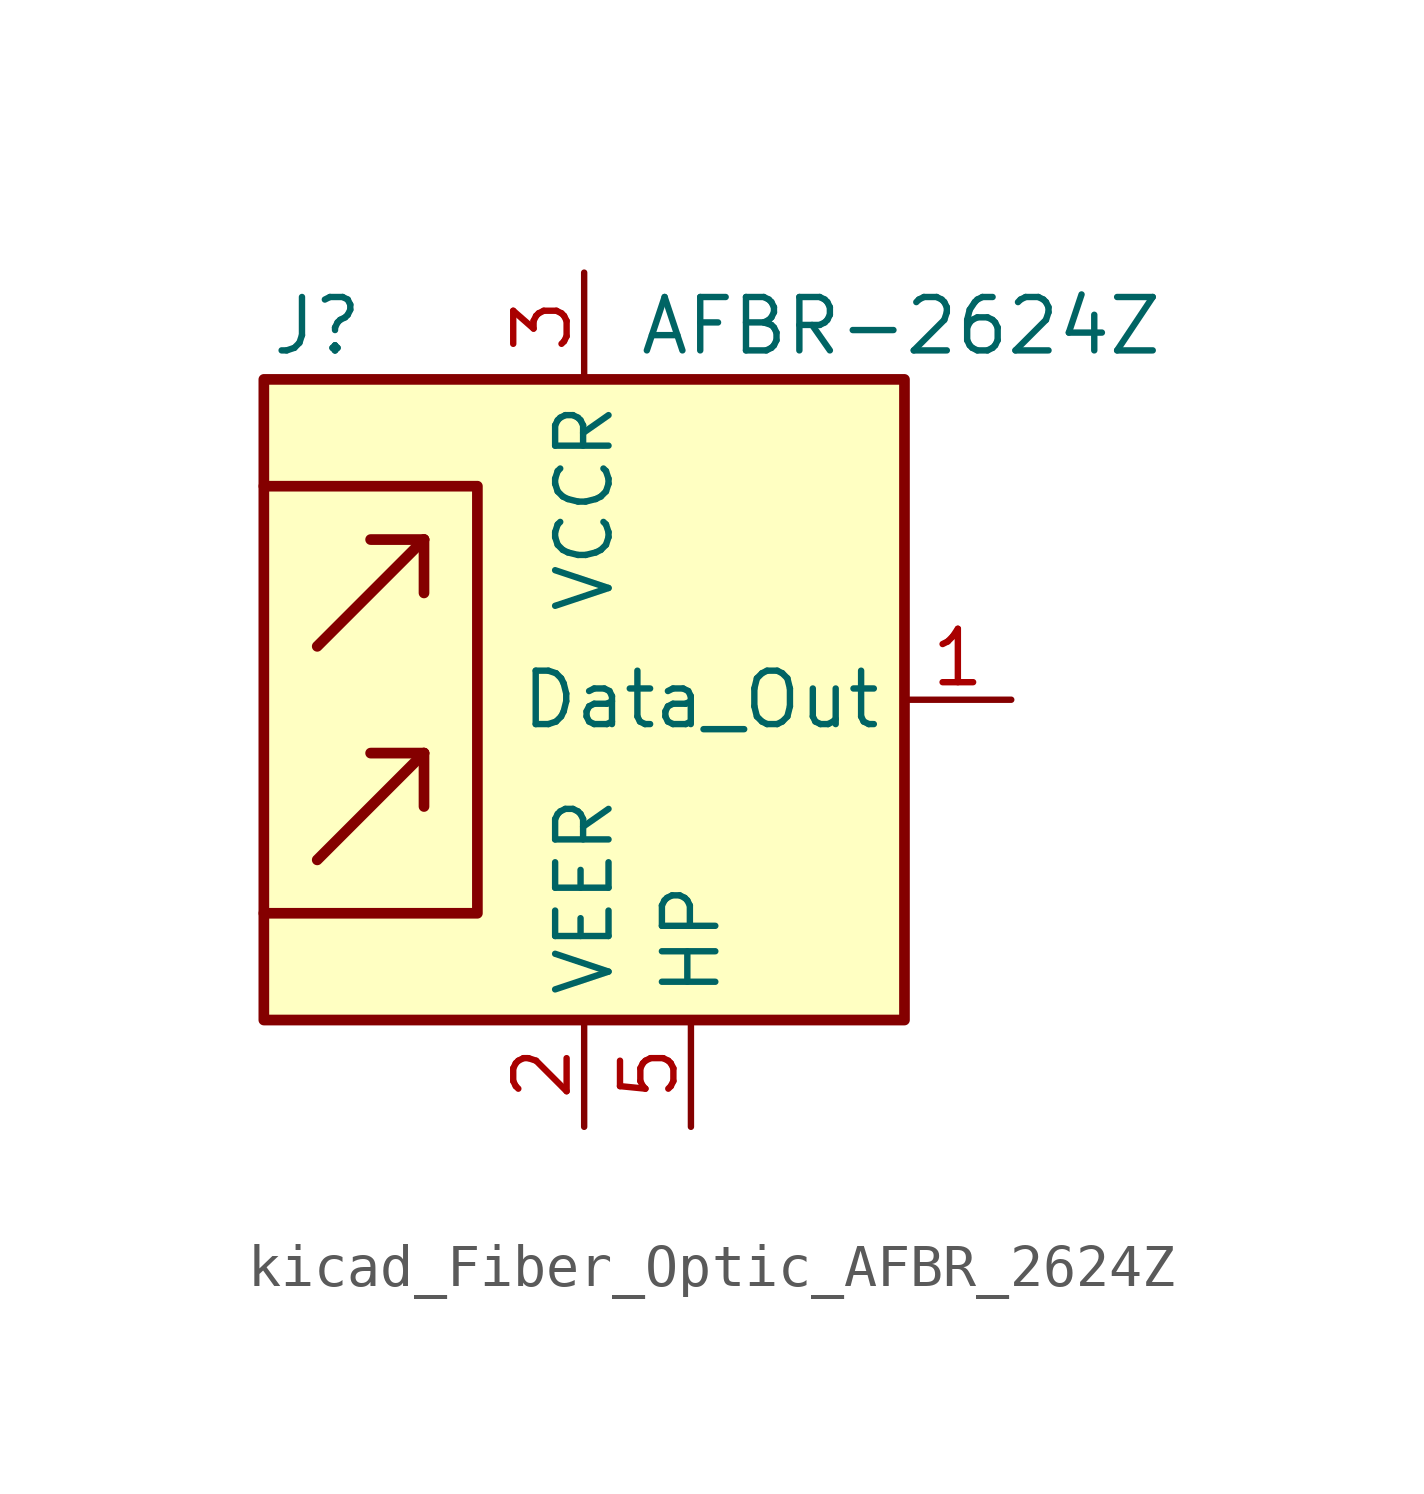
<source format=kicad_sym>
(kicad_symbol_lib
  (version 20220914)
  (generator kicad_symbol_editor)
  (symbol "kicad_Fiber_Optic_AFBR_2624Z"
    (property "Reference" "J"
      (at -6.35 8.89 0)
      (effects (font (size 1.27 1.27))))
    (property "Value" "AFBR-2624Z"
      (at 1.27 8.89 0)
      (effects (font (size 1.27 1.27)) (justify left)))
    (symbol "kicad_Fiber_Optic_AFBR_2624Z_0_1"
      (rectangle (start -7.62 7.62) (end 7.62 -7.62) (stroke (width 0.254) (type default)) (fill (type background)))
      (polyline (pts (xy -3.81 -1.27) (xy -6.35 -3.81)) (stroke (width 0.254) (type default)) (fill (type none)))
      (polyline (pts (xy -3.81 -1.27) (xy -5.08 -1.27)) (stroke (width 0.254) (type default)) (fill (type none)))
      (polyline (pts (xy -3.81 -1.27) (xy -3.81 -2.54)) (stroke (width 0.254) (type default)) (fill (type none)))
      (polyline (pts (xy -3.81 3.81) (xy -6.35 1.27)) (stroke (width 0.254) (type default)) (fill (type none)))
      (polyline (pts (xy -3.81 3.81) (xy -5.08 3.81)) (stroke (width 0.254) (type default)) (fill (type none)))
      (polyline (pts (xy -3.81 3.81) (xy -3.81 2.54)) (stroke (width 0.254) (type default)) (fill (type none)))
      (polyline (pts (xy -7.62 5.08) (xy -2.54 5.08) (xy -2.54 -5.08) (xy -7.62 -5.08)) (stroke (width 0.254) (type default)) (fill (type none))))
    (symbol "kicad_Fiber_Optic_AFBR_2624Z_1_1"
      (pin output line (at 10.16 0 180) (length 2.54) (name "Data_Out" (effects (font (size 1.27 1.27)))) (number "1" (effects (font (size 1.27 1.27)))))
      (pin power_in line (at 0 -10.16 90) (length 2.54) (name "VEER" (effects (font (size 1.27 1.27)))) (number "2" (effects (font (size 1.27 1.27)))))
      (pin power_in line (at 0 10.16 270) (length 2.54) (name "VCCR" (effects (font (size 1.27 1.27)))) (number "3" (effects (font (size 1.27 1.27)))))
      (pin no_connect line (at 7.62 5.08 180) (length 2.54) hide (name "NC" (effects (font (size 1.27 1.27)))) (number "4" (effects (font (size 1.27 1.27)))))
      (pin passive line (at 2.54 -10.16 90) (length 2.54) (name "HP" (effects (font (size 1.27 1.27)))) (number "5" (effects (font (size 1.27 1.27)))))
      (pin passive line (at 2.54 -10.16 90) (length 2.54) hide (name "HP" (effects (font (size 1.27 1.27)))) (number "8" (effects (font (size 1.27 1.27))))))))
</source>
